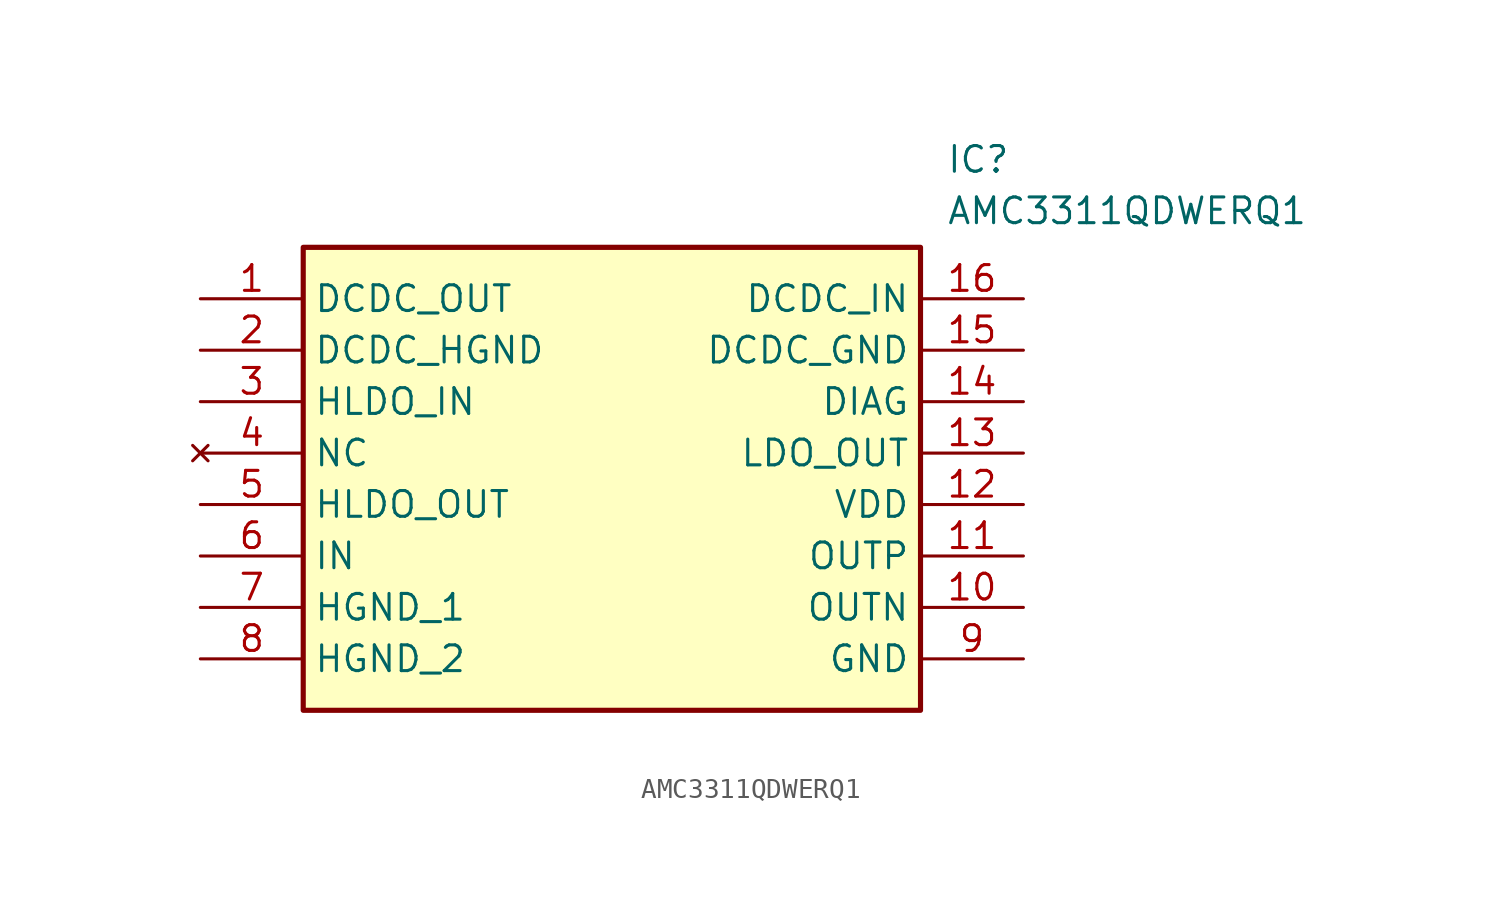
<source format=kicad_sym>
(kicad_symbol_lib
  (version 20211014)
  (generator SamacSys_ECAD_Model)
  (symbol "AMC3311QDWERQ1"
    (property "Reference" "IC"
      (at 36.83 7.62 0)
      (effects (font (size 1.27 1.27)) (justify left top)))
    (property "Value" "AMC3311QDWERQ1"
      (at 36.83 5.08 0)
      (effects (font (size 1.27 1.27)) (justify left top)))
    (rectangle
      (start 5.08 2.54)
      (end 35.56 -20.32)
      (stroke (width 0.254) (type default))
      (fill (type background)))
    (pin passive line
      (at 0 0 0)
      (length 5.08)
      (name "DCDC_OUT" (effects (font (size 1.27 1.27))))
      (number "1" (effects (font (size 1.27 1.27)))))
    (pin passive line
      (at 0 -2.54 0)
      (length 5.08)
      (name "DCDC_HGND" (effects (font (size 1.27 1.27))))
      (number "2" (effects (font (size 1.27 1.27)))))
    (pin passive line
      (at 0 -5.08 0)
      (length 5.08)
      (name "HLDO_IN" (effects (font (size 1.27 1.27))))
      (number "3" (effects (font (size 1.27 1.27)))))
    (pin no_connect line
      (at 0 -7.62 0)
      (length 5.08)
      (name "NC" (effects (font (size 1.27 1.27))))
      (number "4" (effects (font (size 1.27 1.27)))))
    (pin passive line
      (at 0 -10.16 0)
      (length 5.08)
      (name "HLDO_OUT" (effects (font (size 1.27 1.27))))
      (number "5" (effects (font (size 1.27 1.27)))))
    (pin passive line
      (at 0 -12.7 0)
      (length 5.08)
      (name "IN" (effects (font (size 1.27 1.27))))
      (number "6" (effects (font (size 1.27 1.27)))))
    (pin passive line
      (at 0 -15.24 0)
      (length 5.08)
      (name "HGND_1" (effects (font (size 1.27 1.27))))
      (number "7" (effects (font (size 1.27 1.27)))))
    (pin passive line
      (at 0 -17.78 0)
      (length 5.08)
      (name "HGND_2" (effects (font (size 1.27 1.27))))
      (number "8" (effects (font (size 1.27 1.27)))))
    (pin passive line
      (at 40.64 0 180)
      (length 5.08)
      (name "DCDC_IN" (effects (font (size 1.27 1.27))))
      (number "16" (effects (font (size 1.27 1.27)))))
    (pin passive line
      (at 40.64 -2.54 180)
      (length 5.08)
      (name "DCDC_GND" (effects (font (size 1.27 1.27))))
      (number "15" (effects (font (size 1.27 1.27)))))
    (pin passive line
      (at 40.64 -5.08 180)
      (length 5.08)
      (name "DIAG" (effects (font (size 1.27 1.27))))
      (number "14" (effects (font (size 1.27 1.27)))))
    (pin passive line
      (at 40.64 -7.62 180)
      (length 5.08)
      (name "LDO_OUT" (effects (font (size 1.27 1.27))))
      (number "13" (effects (font (size 1.27 1.27)))))
    (pin passive line
      (at 40.64 -10.16 180)
      (length 5.08)
      (name "VDD" (effects (font (size 1.27 1.27))))
      (number "12" (effects (font (size 1.27 1.27)))))
    (pin passive line
      (at 40.64 -12.7 180)
      (length 5.08)
      (name "OUTP" (effects (font (size 1.27 1.27))))
      (number "11" (effects (font (size 1.27 1.27)))))
    (pin passive line
      (at 40.64 -15.24 180)
      (length 5.08)
      (name "OUTN" (effects (font (size 1.27 1.27))))
      (number "10" (effects (font (size 1.27 1.27)))))
    (pin passive line
      (at 40.64 -17.78 180)
      (length 5.08)
      (name "GND" (effects (font (size 1.27 1.27))))
      (number "9" (effects (font (size 1.27 1.27)))))))
</source>
